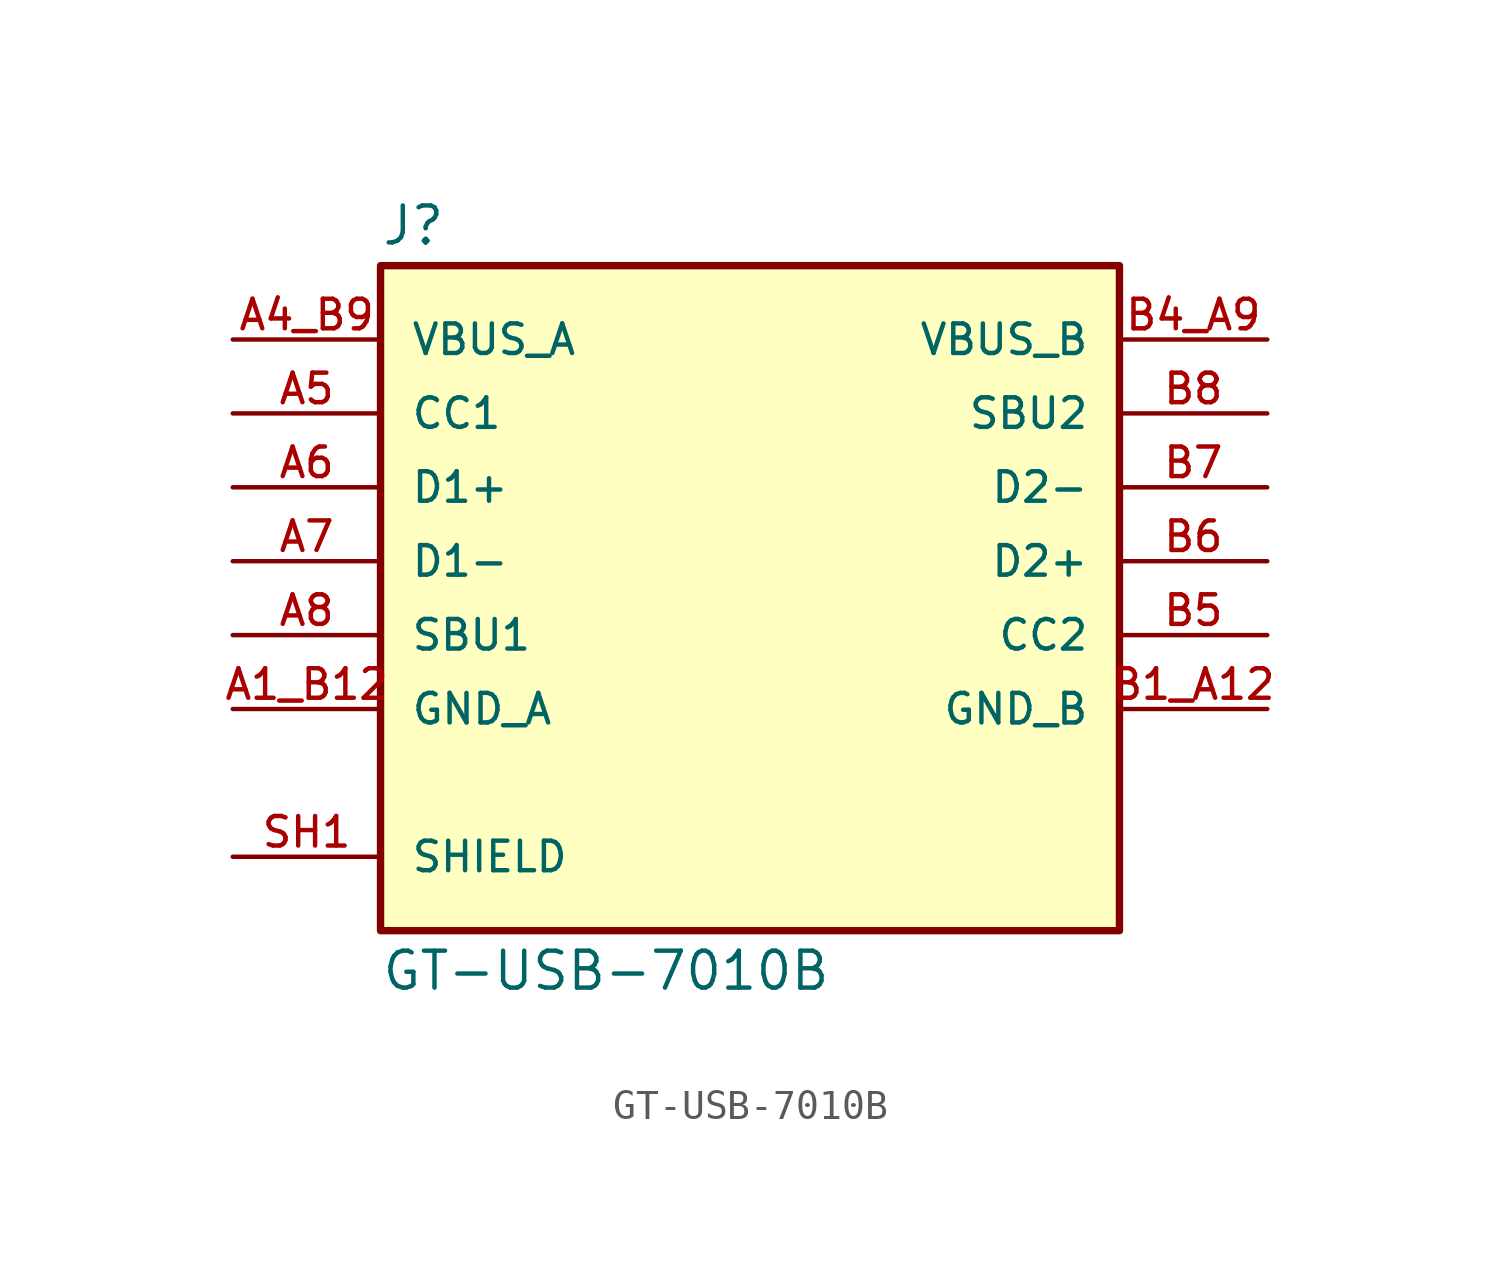
<source format=kicad_sym>
(kicad_symbol_lib
  (version 20211014)
  (generator kicad_symbol_editor)
  (symbol "GT-USB-7010B"
    (pin_names
      (offset 1.016))
    (property "Reference" "J"
      (at -12.7 10.795 0)
      (effects (font (size 1.27 1.27)) (justify bottom left)))
    (property "Value" "GT-USB-7010B"
      (at -12.7 -13.335 0.0)
      (effects (font (size 1.27 1.27)) (justify top left)))
    (symbol "GT-USB-7010B_0_0"
      (rectangle (start -12.7 -12.7) (end 12.7 10.16) (stroke (width 0.254)) (fill (type background)))
      (pin power_in line (at -17.78 -5.08 0) (length 5.08) (name "GND_A" (effects (font (size 1.016 1.016)))) (number "A1_B12" (effects (font (size 1.016 1.016)))))
      (pin power_in line (at -17.78 7.62 0) (length 5.08) (name "VBUS_A" (effects (font (size 1.016 1.016)))) (number "A4_B9" (effects (font (size 1.016 1.016)))))
      (pin bidirectional line (at -17.78 2.54 0) (length 5.08) (name "D1+" (effects (font (size 1.016 1.016)))) (number "A6" (effects (font (size 1.016 1.016)))))
      (pin bidirectional line (at -17.78 5.08 0) (length 5.08) (name "CC1" (effects (font (size 1.016 1.016)))) (number "A5" (effects (font (size 1.016 1.016)))))
      (pin bidirectional line (at -17.78 -2.54 0) (length 5.08) (name "SBU1" (effects (font (size 1.016 1.016)))) (number "A8" (effects (font (size 1.016 1.016)))))
      (pin bidirectional line (at -17.78 0.0 0) (length 5.08) (name "D1-" (effects (font (size 1.016 1.016)))) (number "A7" (effects (font (size 1.016 1.016)))))
      (pin passive line (at -17.78 -10.16 0) (length 5.08) (name "SHIELD" (effects (font (size 1.016 1.016)))) (number "SH1" (effects (font (size 1.016 1.016)))))
      (pin passive line (at -17.78 -10.16 0) (length 5.08) hide (name "SHIELD" (effects (font (size 1.016 1.016)))) (number "SH2" (effects (font (size 1.016 1.016)))))
      (pin passive line (at -17.78 -10.16 0) (length 5.08) hide (name "SHIELD" (effects (font (size 1.016 1.016)))) (number "SH3" (effects (font (size 1.016 1.016)))))
      (pin passive line (at -17.78 -10.16 0) (length 5.08) hide (name "SHIELD" (effects (font (size 1.016 1.016)))) (number "SH4" (effects (font (size 1.016 1.016)))))
      (pin power_in line (at 17.78 -5.08 180.0) (length 5.08) (name "GND_B" (effects (font (size 1.016 1.016)))) (number "B1_A12" (effects (font (size 1.016 1.016)))))
      (pin power_in line (at 17.78 7.62 180.0) (length 5.08) (name "VBUS_B" (effects (font (size 1.016 1.016)))) (number "B4_A9" (effects (font (size 1.016 1.016)))))
      (pin bidirectional line (at 17.78 0.0 180.0) (length 5.08) (name "D2+" (effects (font (size 1.016 1.016)))) (number "B6" (effects (font (size 1.016 1.016)))))
      (pin bidirectional line (at 17.78 -2.54 180.0) (length 5.08) (name "CC2" (effects (font (size 1.016 1.016)))) (number "B5" (effects (font (size 1.016 1.016)))))
      (pin bidirectional line (at 17.78 5.08 180.0) (length 5.08) (name "SBU2" (effects (font (size 1.016 1.016)))) (number "B8" (effects (font (size 1.016 1.016)))))
      (pin bidirectional line (at 17.78 2.54 180.0) (length 5.08) (name "D2-" (effects (font (size 1.016 1.016)))) (number "B7" (effects (font (size 1.016 1.016))))))))
</source>
